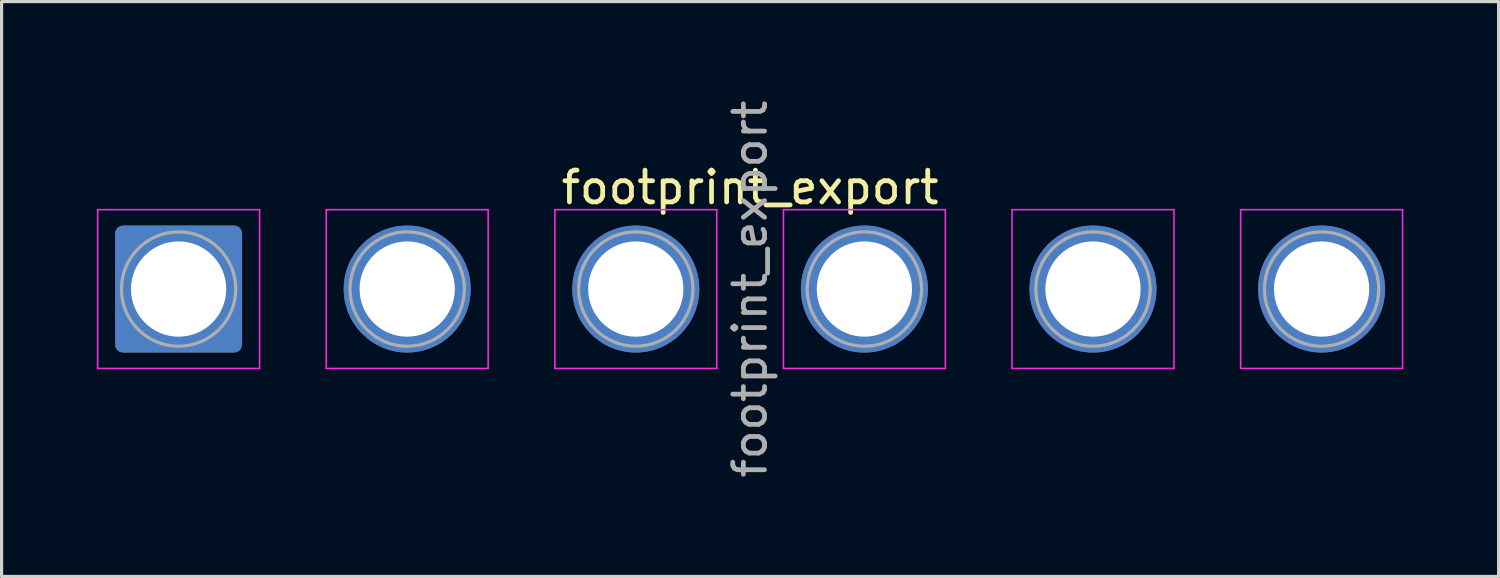
<source format=kicad_pcb>
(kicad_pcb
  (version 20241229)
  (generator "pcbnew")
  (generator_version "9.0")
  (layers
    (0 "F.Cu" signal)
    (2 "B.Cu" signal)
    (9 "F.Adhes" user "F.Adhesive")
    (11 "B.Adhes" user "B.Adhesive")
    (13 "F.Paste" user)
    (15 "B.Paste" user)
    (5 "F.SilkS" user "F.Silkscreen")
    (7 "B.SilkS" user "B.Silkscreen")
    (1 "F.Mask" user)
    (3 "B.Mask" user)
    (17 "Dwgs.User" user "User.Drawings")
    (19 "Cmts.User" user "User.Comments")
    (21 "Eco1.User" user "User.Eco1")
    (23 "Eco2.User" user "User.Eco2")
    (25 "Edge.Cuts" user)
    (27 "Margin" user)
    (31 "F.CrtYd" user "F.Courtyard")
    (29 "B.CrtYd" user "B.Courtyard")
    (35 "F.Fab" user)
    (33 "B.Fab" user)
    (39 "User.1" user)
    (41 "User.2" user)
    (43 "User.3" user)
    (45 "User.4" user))
  (footprint "footprint_export"
    (layer "F.Cu")
    (at 2.575 6.054)
    (property "Reference" "footprint_export" (at 18 -3.2 0) (layer "F.SilkS") (effects (font (size 1 1) (thickness 0.15))))
    (attr exclude_from_pos_files exclude_from_bom)
    (fp_line (start -2.55 -2.5) (end -2.55 2.5) (stroke (width 0.05) (type solid)) (layer "F.CrtYd"))
    (fp_line (start -2.55 2.5) (end 2.55 2.5) (stroke (width 0.05) (type solid)) (layer "F.CrtYd"))
    (fp_line (start 2.55 -2.5) (end -2.55 -2.5) (stroke (width 0.05) (type solid)) (layer "F.CrtYd"))
    (fp_line (start 2.55 2.5) (end 2.55 -2.5) (stroke (width 0.05) (type solid)) (layer "F.CrtYd"))
    (fp_line (start 4.65 -2.5) (end 4.65 2.5) (stroke (width 0.05) (type solid)) (layer "F.CrtYd"))
    (fp_line (start 4.65 2.5) (end 9.75 2.5) (stroke (width 0.05) (type solid)) (layer "F.CrtYd"))
    (fp_line (start 9.75 -2.5) (end 4.65 -2.5) (stroke (width 0.05) (type solid)) (layer "F.CrtYd"))
    (fp_line (start 9.75 2.5) (end 9.75 -2.5) (stroke (width 0.05) (type solid)) (layer "F.CrtYd"))
    (fp_line (start 11.85 -2.5) (end 11.85 2.5) (stroke (width 0.05) (type solid)) (layer "F.CrtYd"))
    (fp_line (start 11.85 2.5) (end 16.95 2.5) (stroke (width 0.05) (type solid)) (layer "F.CrtYd"))
    (fp_line (start 16.95 -2.5) (end 11.85 -2.5) (stroke (width 0.05) (type solid)) (layer "F.CrtYd"))
    (fp_line (start 16.95 2.5) (end 16.95 -2.5) (stroke (width 0.05) (type solid)) (layer "F.CrtYd"))
    (fp_line (start 19.05 -2.5) (end 19.05 2.5) (stroke (width 0.05) (type solid)) (layer "F.CrtYd"))
    (fp_line (start 19.05 2.5) (end 24.15 2.5) (stroke (width 0.05) (type solid)) (layer "F.CrtYd"))
    (fp_line (start 24.15 -2.5) (end 19.05 -2.5) (stroke (width 0.05) (type solid)) (layer "F.CrtYd"))
    (fp_line (start 24.15 2.5) (end 24.15 -2.5) (stroke (width 0.05) (type solid)) (layer "F.CrtYd"))
    (fp_line (start 26.25 -2.5) (end 26.25 2.5) (stroke (width 0.05) (type solid)) (layer "F.CrtYd"))
    (fp_line (start 26.25 2.5) (end 31.35 2.5) (stroke (width 0.05) (type solid)) (layer "F.CrtYd"))
    (fp_line (start 31.35 -2.5) (end 26.25 -2.5) (stroke (width 0.05) (type solid)) (layer "F.CrtYd"))
    (fp_line (start 31.35 2.5) (end 31.35 -2.5) (stroke (width 0.05) (type solid)) (layer "F.CrtYd"))
    (fp_line (start 33.45 -2.5) (end 33.45 2.5) (stroke (width 0.05) (type solid)) (layer "F.CrtYd"))
    (fp_line (start 33.45 2.5) (end 38.55 2.5) (stroke (width 0.05) (type solid)) (layer "F.CrtYd"))
    (fp_line (start 38.55 -2.5) (end 33.45 -2.5) (stroke (width 0.05) (type solid)) (layer "F.CrtYd"))
    (fp_line (start 38.55 2.5) (end 38.55 -2.5) (stroke (width 0.05) (type solid)) (layer "F.CrtYd"))
    (fp_circle (center 0 0) (end 1.8 0) (stroke (width 0.1) (type solid)) (fill no) (layer "F.Fab"))
    (fp_circle (center 7.2 0) (end 9 0) (stroke (width 0.1) (type solid)) (fill no) (layer "F.Fab"))
    (fp_circle (center 14.4 0) (end 16.2 0) (stroke (width 0.1) (type solid)) (fill no) (layer "F.Fab"))
    (fp_circle (center 21.6 0) (end 23.4 0) (stroke (width 0.1) (type solid)) (fill no) (layer "F.Fab"))
    (fp_circle (center 28.8 0) (end 30.6 0) (stroke (width 0.1) (type solid)) (fill no) (layer "F.Fab"))
    (fp_circle (center 36 0) (end 37.8 0) (stroke (width 0.1) (type solid)) (fill no) (layer "F.Fab"))
    (fp_text user "${REFERENCE}" (at 18 0 90) (layer "F.Fab") (effects (font (size 1 1) (thickness 0.15))))
    (pad "1" thru_hole roundrect (at 0 0) (size 4 4) (drill 3) (layers "*.Cu" "*.Mask") (roundrect_rratio 0.062))
    (pad "2" thru_hole circle (at 7.2 0) (size 4 4) (drill 3) (layers "*.Cu" "*.Mask"))
    (pad "3" thru_hole circle (at 14.4 0) (size 4 4) (drill 3) (layers "*.Cu" "*.Mask"))
    (pad "4" thru_hole circle (at 21.6 0) (size 4 4) (drill 3) (layers "*.Cu" "*.Mask"))
    (pad "5" thru_hole circle (at 28.8 0) (size 4 4) (drill 3) (layers "*.Cu" "*.Mask"))
    (pad "6" thru_hole circle (at 36 0) (size 4 4) (drill 3) (layers "*.Cu" "*.Mask")))
  (gr_rect
    (start -3 -3)
    (end 44.15 15.107)
    (stroke (width 0.1) (type default))
    (fill no)
    (layer "Edge.Cuts")))
</source>
